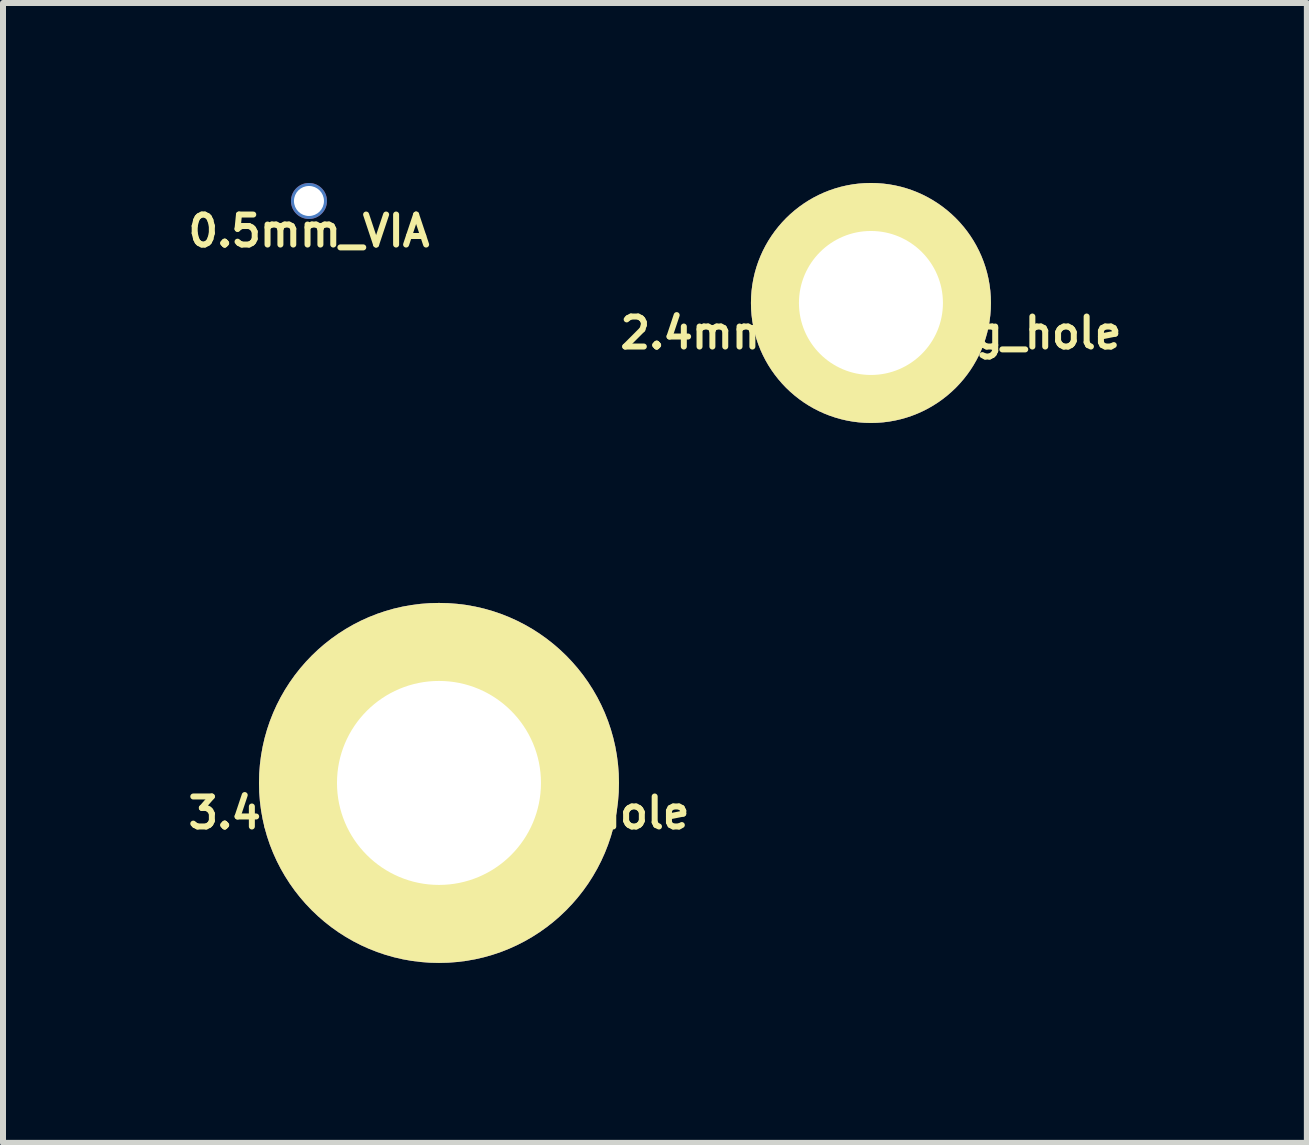
<source format=kicad_pcb>
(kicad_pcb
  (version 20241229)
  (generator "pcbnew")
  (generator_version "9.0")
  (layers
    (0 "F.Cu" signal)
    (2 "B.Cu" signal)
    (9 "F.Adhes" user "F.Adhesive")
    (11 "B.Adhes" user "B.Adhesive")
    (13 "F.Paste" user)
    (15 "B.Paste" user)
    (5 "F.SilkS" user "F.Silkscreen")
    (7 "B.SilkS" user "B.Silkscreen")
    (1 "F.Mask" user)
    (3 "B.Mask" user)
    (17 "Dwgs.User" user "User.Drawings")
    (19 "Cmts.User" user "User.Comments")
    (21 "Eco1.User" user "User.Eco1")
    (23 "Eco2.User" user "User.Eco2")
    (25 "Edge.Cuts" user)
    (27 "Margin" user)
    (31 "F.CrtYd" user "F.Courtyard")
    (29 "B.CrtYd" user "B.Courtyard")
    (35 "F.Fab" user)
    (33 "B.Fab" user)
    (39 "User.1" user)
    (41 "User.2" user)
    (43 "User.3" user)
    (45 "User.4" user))
  (footprint "2.4mm_mounting_hole"
    (layer "F.Cu")
    (at 11.467 2)
    (property "Reference" "2.4mm_mounting_hole" (at 0 0.5 0) (layer "F.SilkS") (effects (font (size 0.5 0.5) (thickness 0.1))))
    (attr through_hole)
    (pad "1" thru_hole circle (at 0 0) (size 4 4) (drill 2.4) (layers "*.Cu" "*.Mask" "F.SilkS")))
  (footprint "0.5mm_VIA"
    (layer "F.Cu")
    (at 2.1 0.3)
    (property "Reference" "0.5mm_VIA" (at 0 0.5 0) (layer "F.SilkS") (effects (font (size 0.5 0.5) (thickness 0.1))))
    (attr through_hole)
    (pad "1" thru_hole circle (at 0 0) (size 0.6 0.6) (drill 0.5) (layers "*.Cu" "*.Mask")))
  (footprint "3.4mm_mounting_hole"
    (layer "F.Cu")
    (at 4.267 10)
    (property "Reference" "3.4mm_mounting_hole" (at 0 0.5 0) (layer "F.SilkS") (effects (font (size 0.5 0.5) (thickness 0.1))))
    (attr through_hole)
    (pad "1" thru_hole circle (at 0 0) (size 6 6) (drill 3.4) (layers "*.Cu" "*.Mask" "F.SilkS")))
  (gr_rect
    (start -3 -3)
    (end 18.733 16)
    (stroke (width 0.1) (type default))
    (fill no)
    (layer "Edge.Cuts")))
</source>
